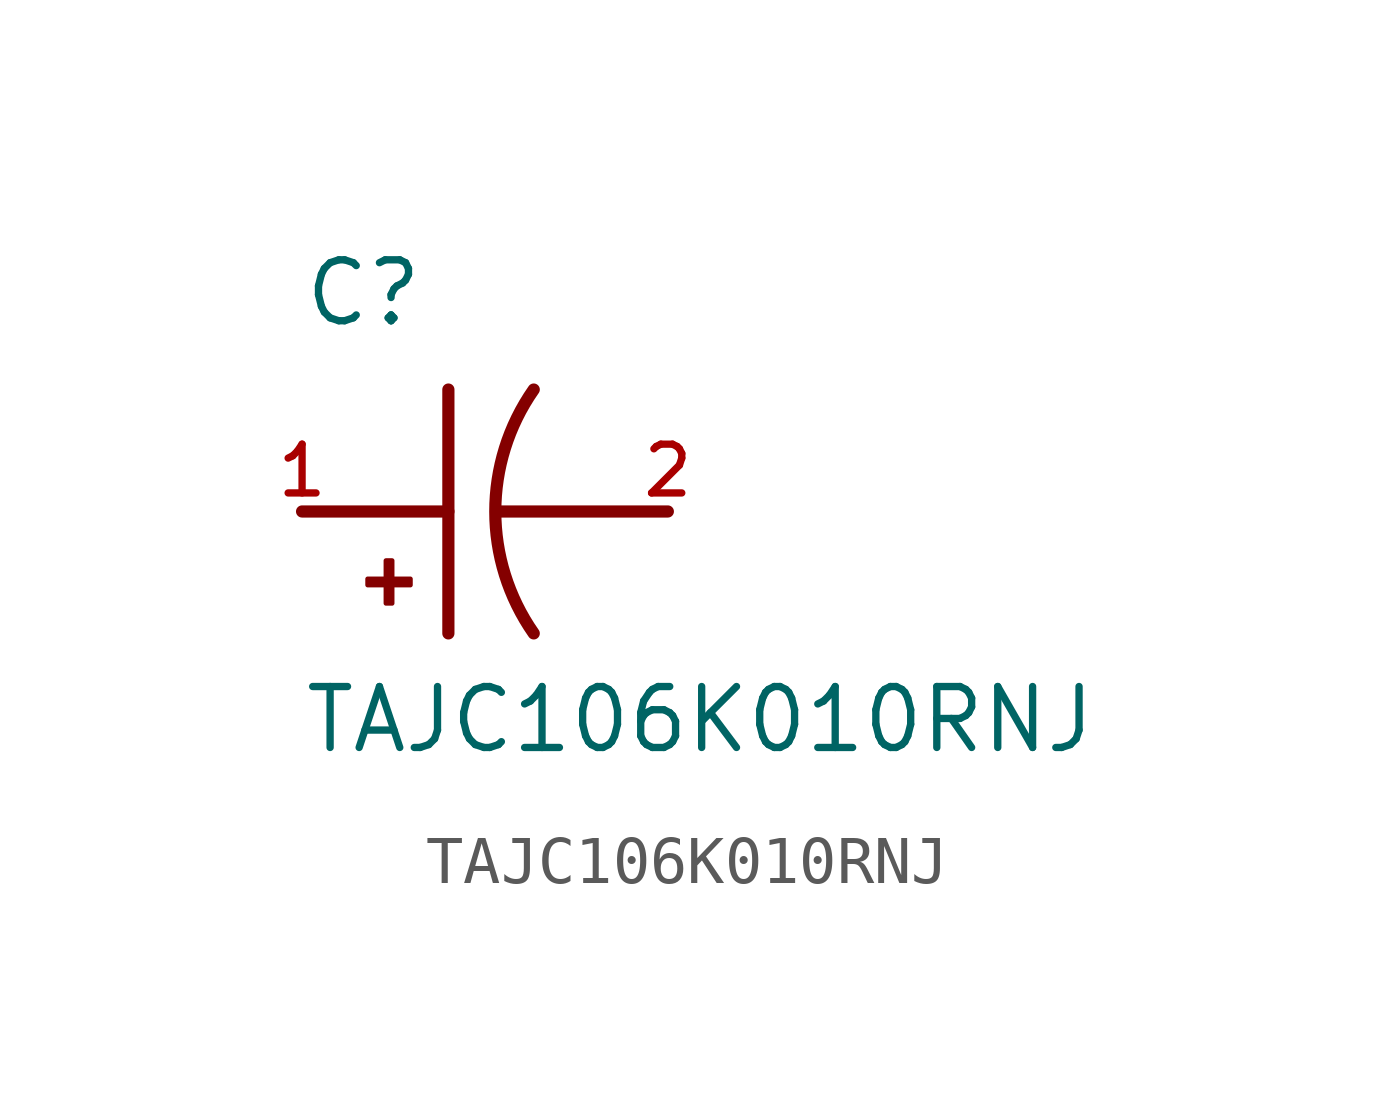
<source format=kicad_sym>
(kicad_symbol_lib
  (version 20211014)
  (generator kicad_symbol_editor)
  (symbol "TAJC106K010RNJ"
    (pin_names
      (offset 1.016))
    (property "Reference" "C"
      (at -5.08 3.81 0)
      (effects (font (size 1.27 1.27)) (justify bottom left)))
    (property "Value" "TAJC106K010RNJ"
      (at -5.08 -5.08 0)
      (effects (font (size 1.27 1.27)) (justify bottom left)))
    (symbol "TAJC106K010RNJ_0_0"
      (arc (start -0.254 -2.54) (mid -1.0549 -0.0) (end -0.254 2.54) (stroke (width 0.254) (type default) (color 0 0 0 0)) (fill (type none)))
      (polyline (pts (xy -1.016 0.0) (xy 2.54 0.0)) (stroke (width 0.254)))
      (polyline (pts (xy -5.08 0.0) (xy -2.032 0.0)) (stroke (width 0.254)))
      (polyline (pts (xy -2.032 2.54) (xy -2.032 -2.54)) (stroke (width 0.254)))
      (rectangle (start -3.713 -1.532) (end -2.824 -1.405) (stroke (width 0.1)) (fill (type outline)))
      (rectangle (start -3.332 -1.913) (end -3.205 -1.024) (stroke (width 0.1)) (fill (type outline)))
      (pin passive line (at -5.08 0.0 0) (length 0) (name "~" (effects (font (size 1.016 1.016)))) (number "1" (effects (font (size 1.016 1.016)))))
      (pin passive line (at 2.54 0.0 180.0) (length 0) (name "~" (effects (font (size 1.016 1.016)))) (number "2" (effects (font (size 1.016 1.016))))))))
</source>
